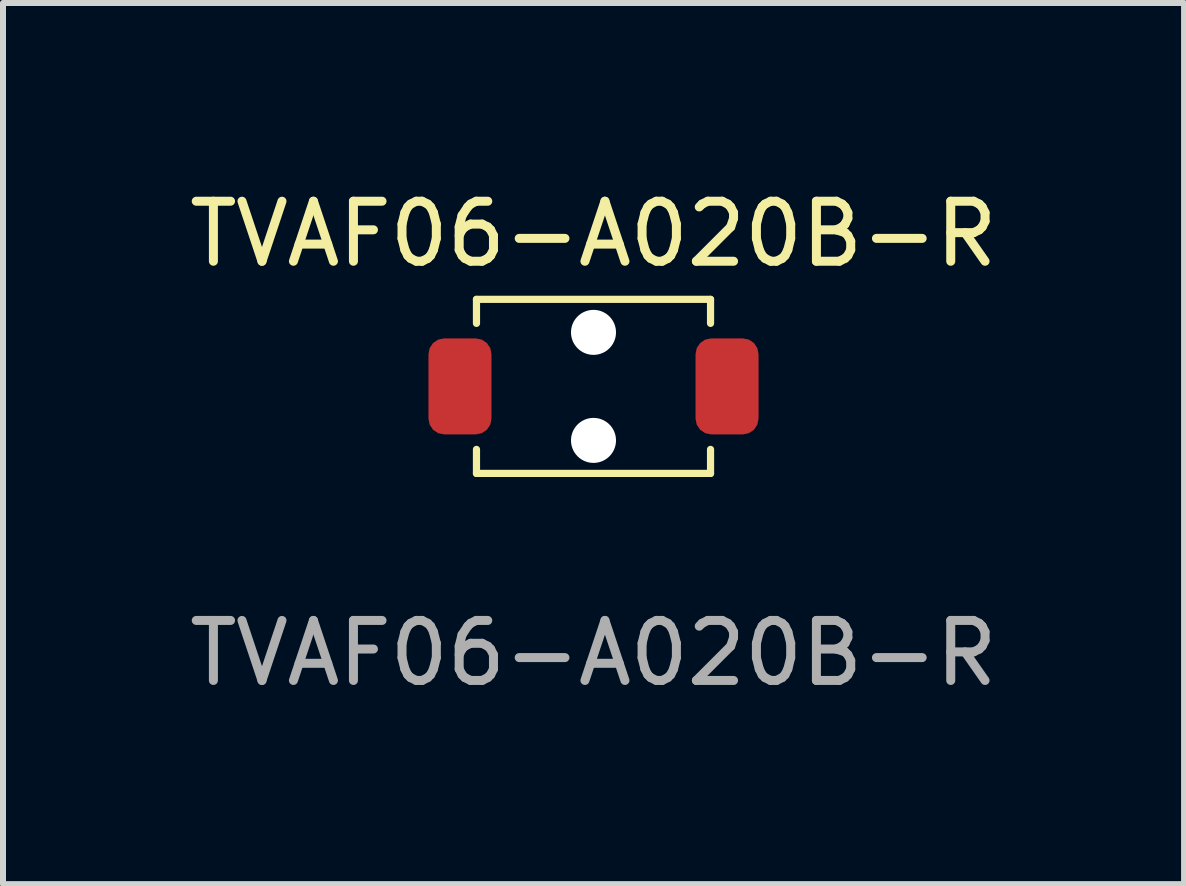
<source format=kicad_pcb>
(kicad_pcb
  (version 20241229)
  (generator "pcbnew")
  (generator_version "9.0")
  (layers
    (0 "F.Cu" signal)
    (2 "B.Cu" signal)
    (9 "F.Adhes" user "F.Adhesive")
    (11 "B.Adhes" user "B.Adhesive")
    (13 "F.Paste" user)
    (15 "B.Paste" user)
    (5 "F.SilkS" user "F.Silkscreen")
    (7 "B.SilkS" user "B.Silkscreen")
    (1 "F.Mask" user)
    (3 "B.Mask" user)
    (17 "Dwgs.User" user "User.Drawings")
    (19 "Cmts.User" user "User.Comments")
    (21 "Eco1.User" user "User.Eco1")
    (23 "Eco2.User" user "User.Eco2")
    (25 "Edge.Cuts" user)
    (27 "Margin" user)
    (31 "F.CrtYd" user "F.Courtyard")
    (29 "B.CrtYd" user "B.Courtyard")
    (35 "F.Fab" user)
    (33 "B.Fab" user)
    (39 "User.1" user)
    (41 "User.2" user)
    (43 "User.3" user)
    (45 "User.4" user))
  (footprint "TVAF06-A020B-R"
    (layer "F.Cu")
    (at 6.839 3.388)
    (property "Reference" "TVAF06-A020B-R" (at 0 -2.54 0) (unlocked yes) (layer "F.SilkS") (effects (font (size 1 1) (thickness 0.15))))
    (attr smd)
    (fp_line (start -1.95 -1.45) (end -1.95 -1.05) (stroke (width 0.12) (type solid)) (layer "F.SilkS"))
    (fp_line (start -1.95 -1.45) (end 1.95 -1.45) (stroke (width 0.12) (type solid)) (layer "F.SilkS"))
    (fp_line (start -1.95 1.45) (end -1.95 1.05) (stroke (width 0.12) (type solid)) (layer "F.SilkS"))
    (fp_line (start -1.95 1.45) (end 1.95 1.45) (stroke (width 0.12) (type solid)) (layer "F.SilkS"))
    (fp_line (start 1.95 -1.45) (end 1.95 -1.05) (stroke (width 0.12) (type solid)) (layer "F.SilkS"))
    (fp_line (start 1.95 1.05) (end 1.95 1.45) (stroke (width 0.12) (type solid)) (layer "F.SilkS"))
    (fp_text user "${REFERENCE}" (at 0 4.445 0) (unlocked yes) (layer "F.Fab") (effects (font (size 1 1) (thickness 0.15))))
    (pad "" np_thru_hole circle (at 0 -0.9) (size 0.75 0.75) (drill 0.75) (layers "*.Cu" "*.Mask"))
    (pad "" np_thru_hole circle (at 0 0.9) (size 0.75 0.75) (drill 0.75) (layers "*.Cu" "*.Mask"))
    (pad "1" smd roundrect (at -2.225 0) (size 1.05 1.6) (layers "F.Cu" "F.Mask" "F.Paste") (roundrect_rratio 0.25))
    (pad "2" smd roundrect (at 2.225 0) (size 1.05 1.6) (layers "F.Cu" "F.Mask" "F.Paste") (roundrect_rratio 0.25)))
  (gr_rect
    (start -3 -3)
    (end 16.679 11.681)
    (stroke (width 0.1) (type default))
    (fill no)
    (layer "Edge.Cuts")))
</source>
